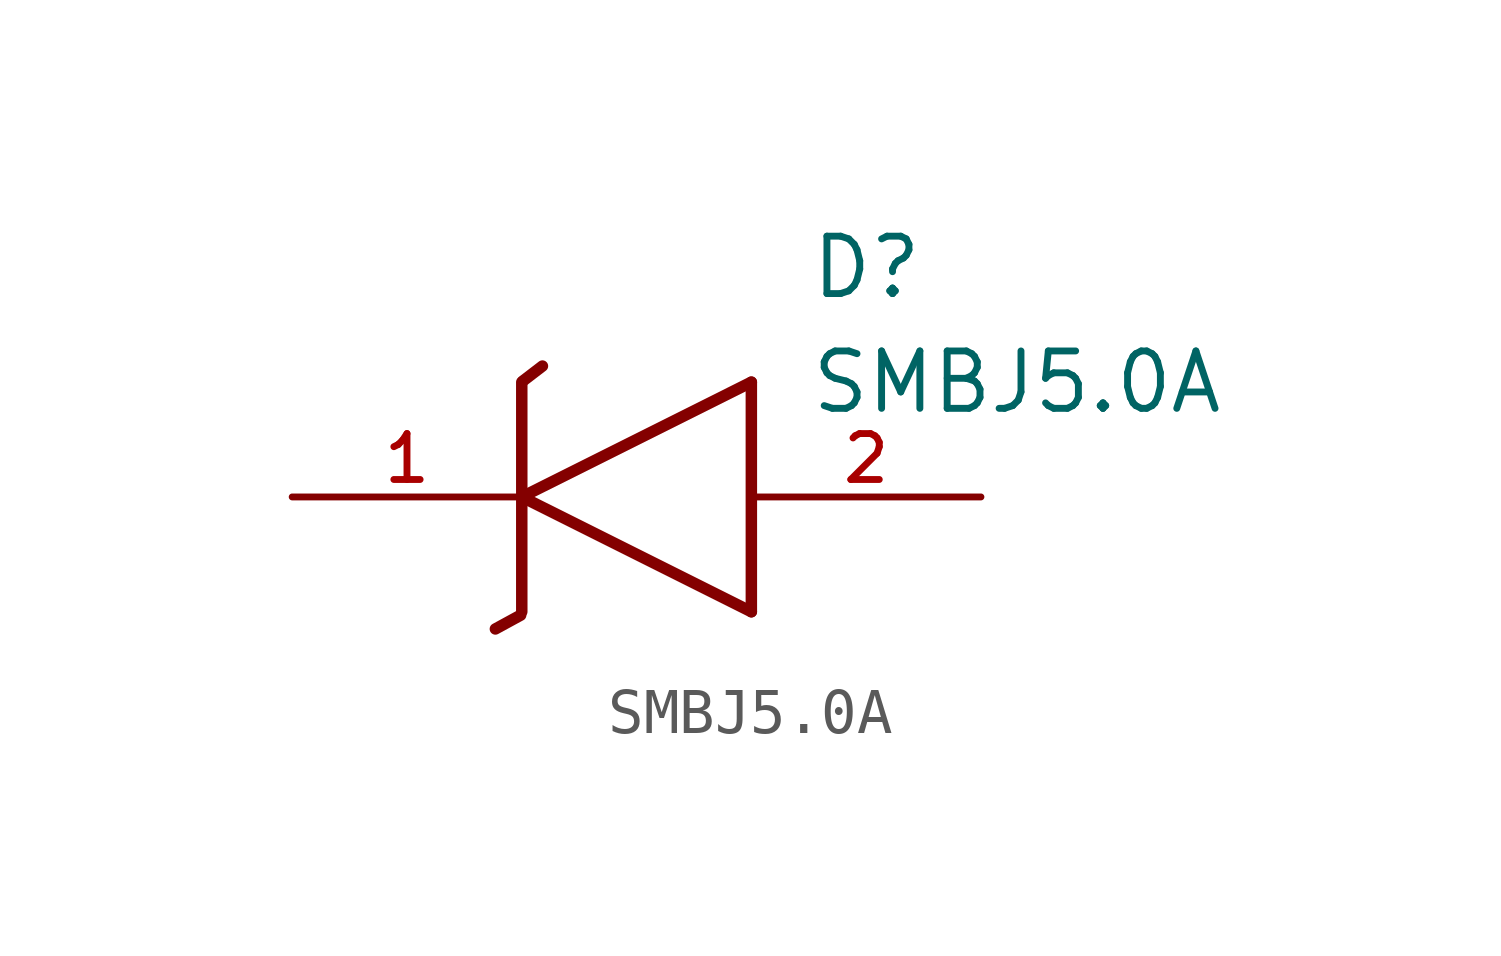
<source format=kicad_sym>
(kicad_symbol_lib
  (version 20211014)
  (generator kicad_symbol_editor)
  (symbol "SMBJ5.0A"
    (pin_names
      (offset 1.016))
    (property "Reference" "D"
      (at 3.81 5.08 0)
      (effects (font (size 1.27 1.27)) (justify left)))
    (property "Value" "SMBJ5.0A"
      (at 3.81 2.54 0)
      (effects (font (size 1.27 1.27)) (justify left)))
    (symbol "SMBJ5.0A_0_0"
      (polyline (pts (xy -2.54 2.54) (xy -2.54 0.0)) (stroke (width 0.254)))
      (polyline (pts (xy -2.54 0.0) (xy -2.54 -2.54)) (stroke (width 0.254)))
      (polyline (pts (xy -2.515 2.565) (xy -2.083 2.896)) (stroke (width 0.254)))
      (polyline (pts (xy -3.124 -2.921) (xy -2.565 -2.616)) (stroke (width 0.254)))
      (polyline (pts (xy -2.54 0.0) (xy 2.54 2.54)) (stroke (width 0.254)))
      (polyline (pts (xy 2.54 2.54) (xy 2.54 -2.54)) (stroke (width 0.254)))
      (polyline (pts (xy 2.54 -2.54) (xy -2.54 0.0)) (stroke (width 0.254)))
      (pin bidirectional line (at -7.62 0.0 0) (length 5.08) (name "~" (effects (font (size 1.016 1.016)))) (number "1" (effects (font (size 1.016 1.016)))))
      (pin bidirectional line (at 7.62 0.0 180.0) (length 5.08) (name "~" (effects (font (size 1.016 1.016)))) (number "2" (effects (font (size 1.016 1.016))))))))
</source>
